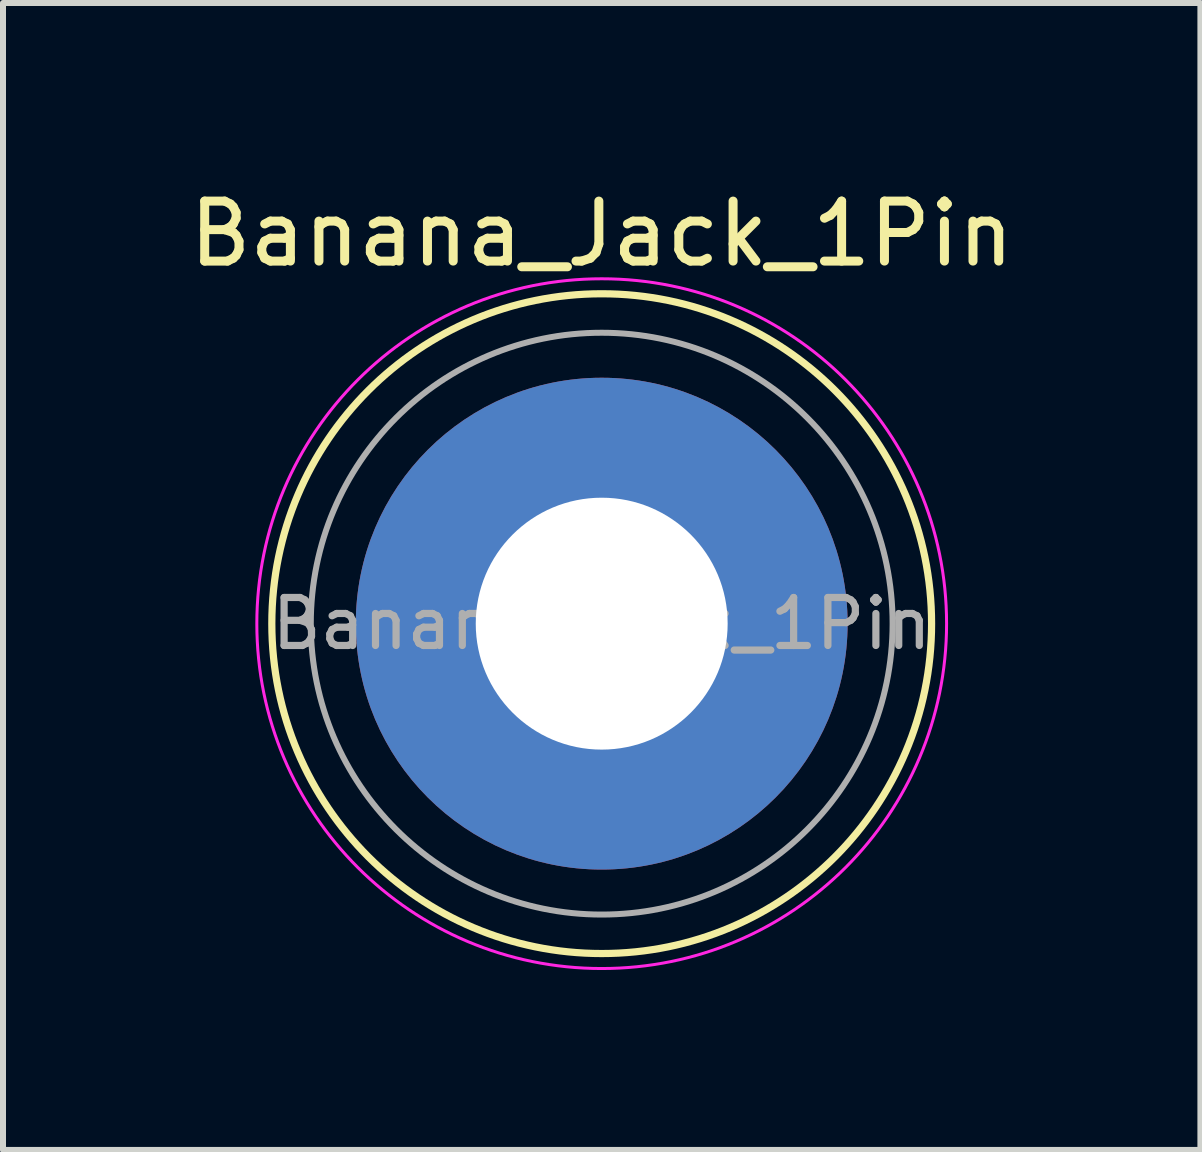
<source format=kicad_pcb>
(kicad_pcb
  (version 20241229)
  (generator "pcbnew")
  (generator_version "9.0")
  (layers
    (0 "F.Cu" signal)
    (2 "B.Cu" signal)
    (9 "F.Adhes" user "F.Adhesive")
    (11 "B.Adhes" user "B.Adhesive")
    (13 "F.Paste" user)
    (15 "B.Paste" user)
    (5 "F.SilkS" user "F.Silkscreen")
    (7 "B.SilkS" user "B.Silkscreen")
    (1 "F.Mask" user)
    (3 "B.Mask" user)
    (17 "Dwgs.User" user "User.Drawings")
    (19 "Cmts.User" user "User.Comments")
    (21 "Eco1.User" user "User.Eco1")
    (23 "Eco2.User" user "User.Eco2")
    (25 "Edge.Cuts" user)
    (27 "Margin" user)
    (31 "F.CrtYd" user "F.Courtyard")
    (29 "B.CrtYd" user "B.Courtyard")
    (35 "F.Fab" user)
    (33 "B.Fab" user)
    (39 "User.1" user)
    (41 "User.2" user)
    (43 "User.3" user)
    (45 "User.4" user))
  (footprint "Banana_Jack_1Pin"
    (layer "F.Cu")
    (at 6.982 7.348)
    (property "Reference" "Banana_Jack_1Pin" (at 0 -6.5 0) (layer "F.SilkS") (effects (font (size 1 1) (thickness 0.15))))
    (attr through_hole)
    (fp_circle (center 0 0) (end 5.5 0) (stroke (width 0.12) (type solid)) (fill no) (layer "F.SilkS"))
    (fp_circle (center 0 0) (end 5.75 0) (stroke (width 0.05) (type solid)) (fill no) (layer "F.CrtYd"))
    (fp_circle (center 0 0) (end 2 0) (stroke (width 0.1) (type solid)) (fill no) (layer "F.Fab"))
    (fp_circle (center 0 0) (end 4.85 0.05) (stroke (width 0.1) (type solid)) (fill no) (layer "F.Fab"))
    (fp_text user "${REFERENCE}" (at 0 0 0) (layer "F.Fab") (effects (font (size 0.8 0.8) (thickness 0.12))))
    (pad "1" thru_hole circle (at 0 0) (size 8.2 8.2) (drill 4.2) (layers "*.Cu" "*.Mask")))
  (gr_rect
    (start -3 -3)
    (end 16.964 16.123)
    (stroke (width 0.1) (type default))
    (fill no)
    (layer "Edge.Cuts")))
</source>
